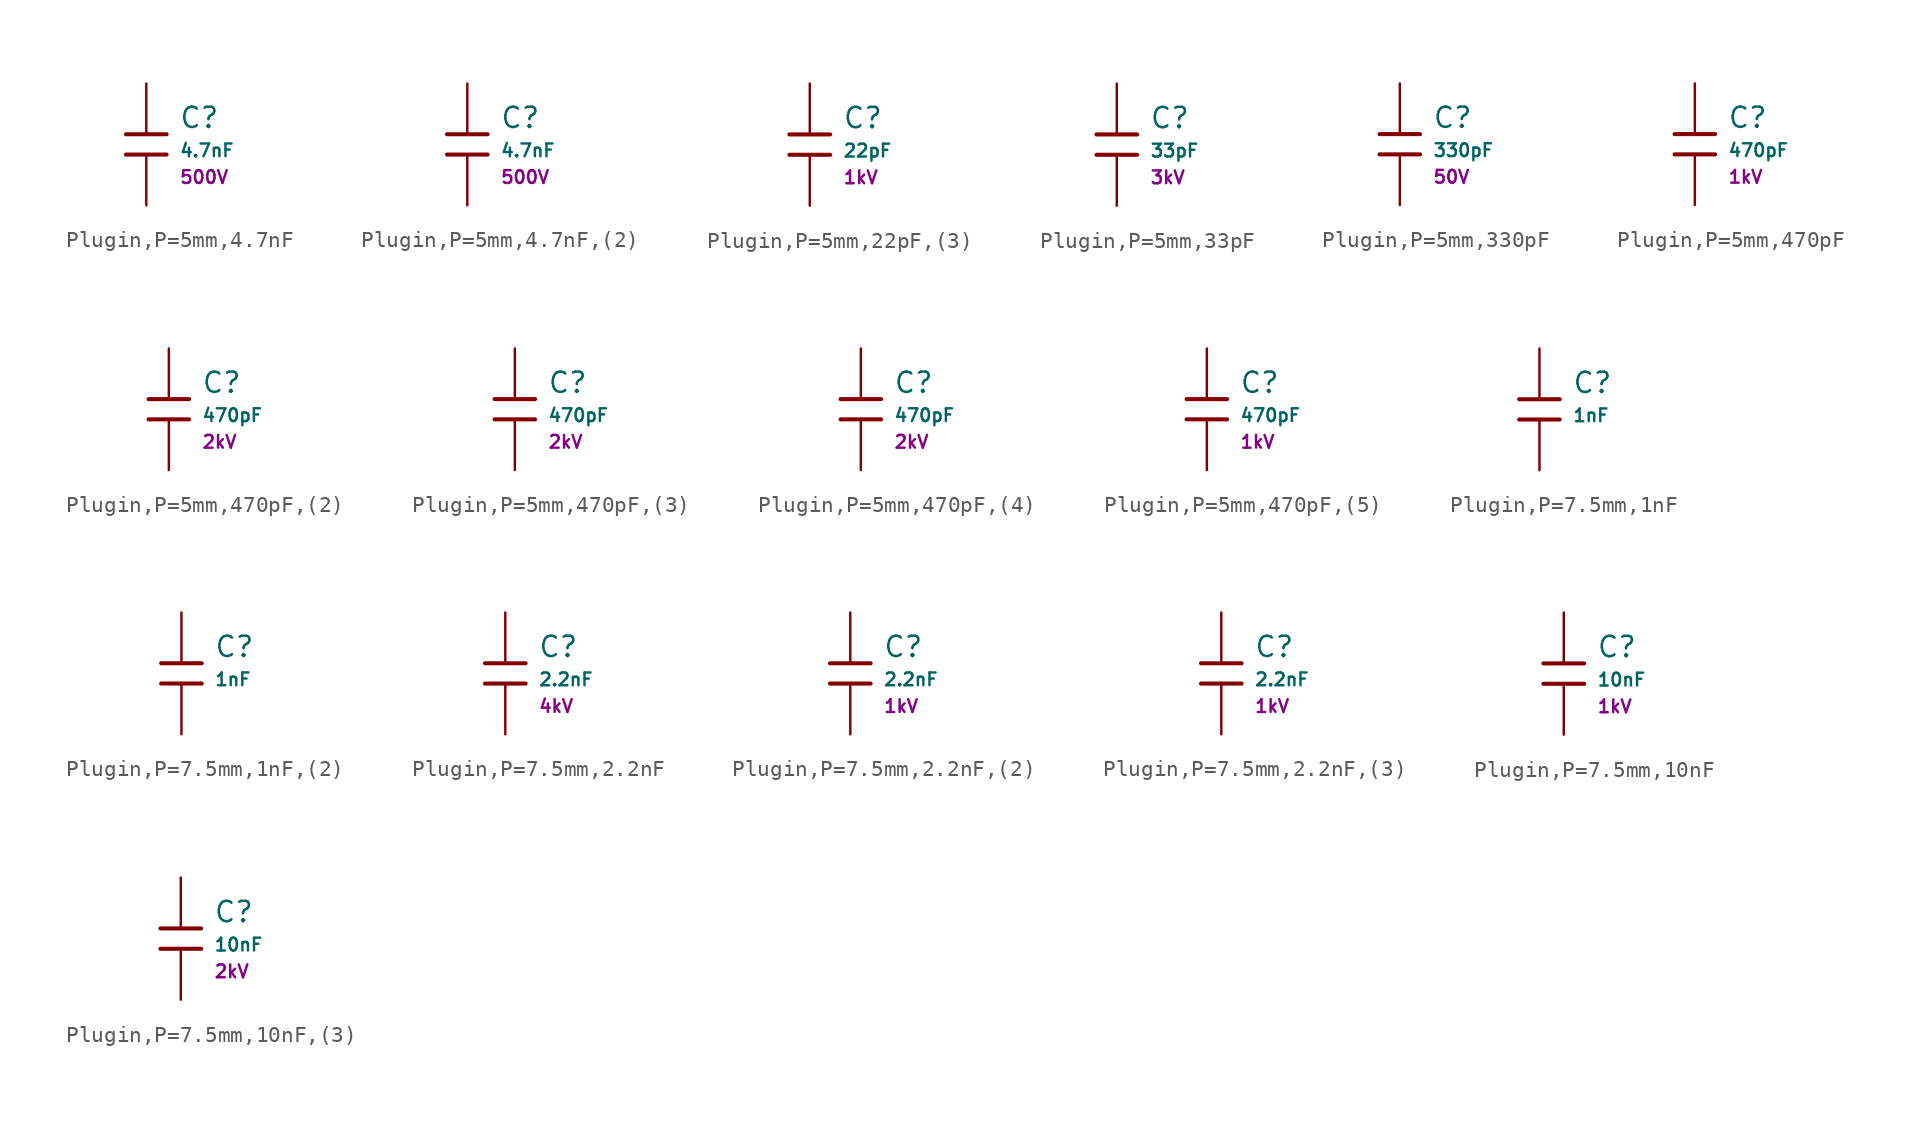
<source format=kicad_sym>
(kicad_symbol_lib
  (version 20231120)
  (generator "CDFER")
  (generator_version "8.0")
  (symbol "Plugin,P=5mm,4.7nF"
    (pin_numbers hide)
    (pin_names
      (offset 0))
    (property "Reference" "C"
      (at 2.032 1.668 0)
      (effects (font (size 1.27 1.27)) (justify left)))
    (property "Value" "4.7nF"
      (at 2.032 -0.378 0)
      (effects (font (size 0.8 0.8)) (justify left)))
    (property "Voltage Rated" "500V"
      (at 2.032 -2.046 0)
      (effects (font (size 0.8 0.8)) (justify left)))
    (symbol "Plugin,P=5mm,4.7nF_0_1"
      (polyline (pts (xy -1.27 0.635) (xy 1.27 0.635)) (stroke (width 0.254) (type default)) (fill (type none))))
    (symbol "Plugin,P=5mm,4.7nF_0_1"
      (polyline (pts (xy -1.27 -0.635) (xy 1.27 -0.635)) (stroke (width 0.254) (type default)) (fill (type none))))
    (symbol "Plugin,P=5mm,4.7nF_1_1"
      (pin passive line (at 0 3.81 270) (length 3.175) (name "~" (effects (font (size 1.27 1.27)))) (number "1" (effects (font (size 1.27 1.27)))))
      (pin passive line (at 0 -3.81 90) (length 3.175) (name "~" (effects (font (size 1.27 1.27)))) (number "2" (effects (font (size 1.27 1.27)))))))
  (symbol "Plugin,P=5mm,4.7nF,(2)"
    (pin_numbers hide)
    (pin_names
      (offset 0))
    (property "Reference" "C"
      (at 2.032 1.668 0)
      (effects (font (size 1.27 1.27)) (justify left)))
    (property "Value" "4.7nF"
      (at 2.032 -0.378 0)
      (effects (font (size 0.8 0.8)) (justify left)))
    (property "Voltage Rated" "500V"
      (at 2.032 -2.046 0)
      (effects (font (size 0.8 0.8)) (justify left)))
    (symbol "Plugin,P=5mm,4.7nF,(2)_0_1"
      (polyline (pts (xy -1.27 0.635) (xy 1.27 0.635)) (stroke (width 0.254) (type default)) (fill (type none))))
    (symbol "Plugin,P=5mm,4.7nF,(2)_0_1"
      (polyline (pts (xy -1.27 -0.635) (xy 1.27 -0.635)) (stroke (width 0.254) (type default)) (fill (type none))))
    (symbol "Plugin,P=5mm,4.7nF,(2)_1_1"
      (pin passive line (at 0 3.81 270) (length 3.175) (name "~" (effects (font (size 1.27 1.27)))) (number "1" (effects (font (size 1.27 1.27)))))
      (pin passive line (at 0 -3.81 90) (length 3.175) (name "~" (effects (font (size 1.27 1.27)))) (number "2" (effects (font (size 1.27 1.27)))))))
  (symbol "Plugin,P=5mm,22pF,(3)"
    (pin_numbers hide)
    (pin_names
      (offset 0))
    (property "Reference" "C"
      (at 2.032 1.668 0)
      (effects (font (size 1.27 1.27)) (justify left)))
    (property "Value" "22pF"
      (at 2.032 -0.378 0)
      (effects (font (size 0.8 0.8)) (justify left)))
    (property "Voltage Rated" "1kV"
      (at 2.032 -2.046 0)
      (effects (font (size 0.8 0.8)) (justify left)))
    (symbol "Plugin,P=5mm,22pF,(3)_0_1"
      (polyline (pts (xy -1.27 0.635) (xy 1.27 0.635)) (stroke (width 0.254) (type default)) (fill (type none))))
    (symbol "Plugin,P=5mm,22pF,(3)_0_1"
      (polyline (pts (xy -1.27 -0.635) (xy 1.27 -0.635)) (stroke (width 0.254) (type default)) (fill (type none))))
    (symbol "Plugin,P=5mm,22pF,(3)_1_1"
      (pin passive line (at 0 3.81 270) (length 3.175) (name "~" (effects (font (size 1.27 1.27)))) (number "1" (effects (font (size 1.27 1.27)))))
      (pin passive line (at 0 -3.81 90) (length 3.175) (name "~" (effects (font (size 1.27 1.27)))) (number "2" (effects (font (size 1.27 1.27)))))))
  (symbol "Plugin,P=5mm,33pF"
    (pin_numbers hide)
    (pin_names
      (offset 0))
    (property "Reference" "C"
      (at 2.032 1.668 0)
      (effects (font (size 1.27 1.27)) (justify left)))
    (property "Value" "33pF"
      (at 2.032 -0.378 0)
      (effects (font (size 0.8 0.8)) (justify left)))
    (property "Voltage Rated" "3kV"
      (at 2.032 -2.046 0)
      (effects (font (size 0.8 0.8)) (justify left)))
    (symbol "Plugin,P=5mm,33pF_0_1"
      (polyline (pts (xy -1.27 0.635) (xy 1.27 0.635)) (stroke (width 0.254) (type default)) (fill (type none))))
    (symbol "Plugin,P=5mm,33pF_0_1"
      (polyline (pts (xy -1.27 -0.635) (xy 1.27 -0.635)) (stroke (width 0.254) (type default)) (fill (type none))))
    (symbol "Plugin,P=5mm,33pF_1_1"
      (pin passive line (at 0 3.81 270) (length 3.175) (name "~" (effects (font (size 1.27 1.27)))) (number "1" (effects (font (size 1.27 1.27)))))
      (pin passive line (at 0 -3.81 90) (length 3.175) (name "~" (effects (font (size 1.27 1.27)))) (number "2" (effects (font (size 1.27 1.27)))))))
  (symbol "Plugin,P=5mm,330pF"
    (pin_numbers hide)
    (pin_names
      (offset 0))
    (property "Reference" "C"
      (at 2.032 1.668 0)
      (effects (font (size 1.27 1.27)) (justify left)))
    (property "Value" "330pF"
      (at 2.032 -0.378 0)
      (effects (font (size 0.8 0.8)) (justify left)))
    (property "Voltage Rated" "50V"
      (at 2.032 -2.046 0)
      (effects (font (size 0.8 0.8)) (justify left)))
    (symbol "Plugin,P=5mm,330pF_0_1"
      (polyline (pts (xy -1.27 0.635) (xy 1.27 0.635)) (stroke (width 0.254) (type default)) (fill (type none))))
    (symbol "Plugin,P=5mm,330pF_0_1"
      (polyline (pts (xy -1.27 -0.635) (xy 1.27 -0.635)) (stroke (width 0.254) (type default)) (fill (type none))))
    (symbol "Plugin,P=5mm,330pF_1_1"
      (pin passive line (at 0 3.81 270) (length 3.175) (name "~" (effects (font (size 1.27 1.27)))) (number "1" (effects (font (size 1.27 1.27)))))
      (pin passive line (at 0 -3.81 90) (length 3.175) (name "~" (effects (font (size 1.27 1.27)))) (number "2" (effects (font (size 1.27 1.27)))))))
  (symbol "Plugin,P=5mm,470pF"
    (pin_numbers hide)
    (pin_names
      (offset 0))
    (property "Reference" "C"
      (at 2.032 1.668 0)
      (effects (font (size 1.27 1.27)) (justify left)))
    (property "Value" "470pF"
      (at 2.032 -0.378 0)
      (effects (font (size 0.8 0.8)) (justify left)))
    (property "Voltage Rated" "1kV"
      (at 2.032 -2.046 0)
      (effects (font (size 0.8 0.8)) (justify left)))
    (symbol "Plugin,P=5mm,470pF_0_1"
      (polyline (pts (xy -1.27 0.635) (xy 1.27 0.635)) (stroke (width 0.254) (type default)) (fill (type none))))
    (symbol "Plugin,P=5mm,470pF_0_1"
      (polyline (pts (xy -1.27 -0.635) (xy 1.27 -0.635)) (stroke (width 0.254) (type default)) (fill (type none))))
    (symbol "Plugin,P=5mm,470pF_1_1"
      (pin passive line (at 0 3.81 270) (length 3.175) (name "~" (effects (font (size 1.27 1.27)))) (number "1" (effects (font (size 1.27 1.27)))))
      (pin passive line (at 0 -3.81 90) (length 3.175) (name "~" (effects (font (size 1.27 1.27)))) (number "2" (effects (font (size 1.27 1.27)))))))
  (symbol "Plugin,P=5mm,470pF,(2)"
    (pin_numbers hide)
    (pin_names
      (offset 0))
    (property "Reference" "C"
      (at 2.032 1.668 0)
      (effects (font (size 1.27 1.27)) (justify left)))
    (property "Value" "470pF"
      (at 2.032 -0.378 0)
      (effects (font (size 0.8 0.8)) (justify left)))
    (property "Voltage Rated" "2kV"
      (at 2.032 -2.046 0)
      (effects (font (size 0.8 0.8)) (justify left)))
    (symbol "Plugin,P=5mm,470pF,(2)_0_1"
      (polyline (pts (xy -1.27 0.635) (xy 1.27 0.635)) (stroke (width 0.254) (type default)) (fill (type none))))
    (symbol "Plugin,P=5mm,470pF,(2)_0_1"
      (polyline (pts (xy -1.27 -0.635) (xy 1.27 -0.635)) (stroke (width 0.254) (type default)) (fill (type none))))
    (symbol "Plugin,P=5mm,470pF,(2)_1_1"
      (pin passive line (at 0 3.81 270) (length 3.175) (name "~" (effects (font (size 1.27 1.27)))) (number "1" (effects (font (size 1.27 1.27)))))
      (pin passive line (at 0 -3.81 90) (length 3.175) (name "~" (effects (font (size 1.27 1.27)))) (number "2" (effects (font (size 1.27 1.27)))))))
  (symbol "Plugin,P=5mm,470pF,(3)"
    (pin_numbers hide)
    (pin_names
      (offset 0))
    (property "Reference" "C"
      (at 2.032 1.668 0)
      (effects (font (size 1.27 1.27)) (justify left)))
    (property "Value" "470pF"
      (at 2.032 -0.378 0)
      (effects (font (size 0.8 0.8)) (justify left)))
    (property "Voltage Rated" "2kV"
      (at 2.032 -2.046 0)
      (effects (font (size 0.8 0.8)) (justify left)))
    (symbol "Plugin,P=5mm,470pF,(3)_0_1"
      (polyline (pts (xy -1.27 0.635) (xy 1.27 0.635)) (stroke (width 0.254) (type default)) (fill (type none))))
    (symbol "Plugin,P=5mm,470pF,(3)_0_1"
      (polyline (pts (xy -1.27 -0.635) (xy 1.27 -0.635)) (stroke (width 0.254) (type default)) (fill (type none))))
    (symbol "Plugin,P=5mm,470pF,(3)_1_1"
      (pin passive line (at 0 3.81 270) (length 3.175) (name "~" (effects (font (size 1.27 1.27)))) (number "1" (effects (font (size 1.27 1.27)))))
      (pin passive line (at 0 -3.81 90) (length 3.175) (name "~" (effects (font (size 1.27 1.27)))) (number "2" (effects (font (size 1.27 1.27)))))))
  (symbol "Plugin,P=5mm,470pF,(4)"
    (pin_numbers hide)
    (pin_names
      (offset 0))
    (property "Reference" "C"
      (at 2.032 1.668 0)
      (effects (font (size 1.27 1.27)) (justify left)))
    (property "Value" "470pF"
      (at 2.032 -0.378 0)
      (effects (font (size 0.8 0.8)) (justify left)))
    (property "Voltage Rated" "2kV"
      (at 2.032 -2.046 0)
      (effects (font (size 0.8 0.8)) (justify left)))
    (symbol "Plugin,P=5mm,470pF,(4)_0_1"
      (polyline (pts (xy -1.27 0.635) (xy 1.27 0.635)) (stroke (width 0.254) (type default)) (fill (type none))))
    (symbol "Plugin,P=5mm,470pF,(4)_0_1"
      (polyline (pts (xy -1.27 -0.635) (xy 1.27 -0.635)) (stroke (width 0.254) (type default)) (fill (type none))))
    (symbol "Plugin,P=5mm,470pF,(4)_1_1"
      (pin passive line (at 0 3.81 270) (length 3.175) (name "~" (effects (font (size 1.27 1.27)))) (number "1" (effects (font (size 1.27 1.27)))))
      (pin passive line (at 0 -3.81 90) (length 3.175) (name "~" (effects (font (size 1.27 1.27)))) (number "2" (effects (font (size 1.27 1.27)))))))
  (symbol "Plugin,P=5mm,470pF,(5)"
    (pin_numbers hide)
    (pin_names
      (offset 0))
    (property "Reference" "C"
      (at 2.032 1.668 0)
      (effects (font (size 1.27 1.27)) (justify left)))
    (property "Value" "470pF"
      (at 2.032 -0.378 0)
      (effects (font (size 0.8 0.8)) (justify left)))
    (property "Voltage Rated" "1kV"
      (at 2.032 -2.046 0)
      (effects (font (size 0.8 0.8)) (justify left)))
    (symbol "Plugin,P=5mm,470pF,(5)_0_1"
      (polyline (pts (xy -1.27 0.635) (xy 1.27 0.635)) (stroke (width 0.254) (type default)) (fill (type none))))
    (symbol "Plugin,P=5mm,470pF,(5)_0_1"
      (polyline (pts (xy -1.27 -0.635) (xy 1.27 -0.635)) (stroke (width 0.254) (type default)) (fill (type none))))
    (symbol "Plugin,P=5mm,470pF,(5)_1_1"
      (pin passive line (at 0 3.81 270) (length 3.175) (name "~" (effects (font (size 1.27 1.27)))) (number "1" (effects (font (size 1.27 1.27)))))
      (pin passive line (at 0 -3.81 90) (length 3.175) (name "~" (effects (font (size 1.27 1.27)))) (number "2" (effects (font (size 1.27 1.27)))))))
  (symbol "Plugin,P=7.5mm,1nF"
    (pin_numbers hide)
    (pin_names
      (offset 0))
    (property "Reference" "C"
      (at 2.032 1.668 0)
      (effects (font (size 1.27 1.27)) (justify left)))
    (property "Value" "1nF"
      (at 2.032 -0.378 0)
      (effects (font (size 0.8 0.8)) (justify left)))
    (symbol "Plugin,P=7.5mm,1nF_0_1"
      (polyline (pts (xy -1.27 0.635) (xy 1.27 0.635)) (stroke (width 0.254) (type default)) (fill (type none))))
    (symbol "Plugin,P=7.5mm,1nF_0_1"
      (polyline (pts (xy -1.27 -0.635) (xy 1.27 -0.635)) (stroke (width 0.254) (type default)) (fill (type none))))
    (symbol "Plugin,P=7.5mm,1nF_1_1"
      (pin passive line (at 0 3.81 270) (length 3.175) (name "~" (effects (font (size 1.27 1.27)))) (number "1" (effects (font (size 1.27 1.27)))))
      (pin passive line (at 0 -3.81 90) (length 3.175) (name "~" (effects (font (size 1.27 1.27)))) (number "2" (effects (font (size 1.27 1.27)))))))
  (symbol "Plugin,P=7.5mm,1nF,(2)"
    (pin_numbers hide)
    (pin_names
      (offset 0))
    (property "Reference" "C"
      (at 2.032 1.668 0)
      (effects (font (size 1.27 1.27)) (justify left)))
    (property "Value" "1nF"
      (at 2.032 -0.378 0)
      (effects (font (size 0.8 0.8)) (justify left)))
    (symbol "Plugin,P=7.5mm,1nF,(2)_0_1"
      (polyline (pts (xy -1.27 0.635) (xy 1.27 0.635)) (stroke (width 0.254) (type default)) (fill (type none))))
    (symbol "Plugin,P=7.5mm,1nF,(2)_0_1"
      (polyline (pts (xy -1.27 -0.635) (xy 1.27 -0.635)) (stroke (width 0.254) (type default)) (fill (type none))))
    (symbol "Plugin,P=7.5mm,1nF,(2)_1_1"
      (pin passive line (at 0 3.81 270) (length 3.175) (name "~" (effects (font (size 1.27 1.27)))) (number "1" (effects (font (size 1.27 1.27)))))
      (pin passive line (at 0 -3.81 90) (length 3.175) (name "~" (effects (font (size 1.27 1.27)))) (number "2" (effects (font (size 1.27 1.27)))))))
  (symbol "Plugin,P=7.5mm,2.2nF"
    (pin_numbers hide)
    (pin_names
      (offset 0))
    (property "Reference" "C"
      (at 2.032 1.668 0)
      (effects (font (size 1.27 1.27)) (justify left)))
    (property "Value" "2.2nF"
      (at 2.032 -0.378 0)
      (effects (font (size 0.8 0.8)) (justify left)))
    (property "Voltage Rated" "4kV"
      (at 2.032 -2.046 0)
      (effects (font (size 0.8 0.8)) (justify left)))
    (symbol "Plugin,P=7.5mm,2.2nF_0_1"
      (polyline (pts (xy -1.27 0.635) (xy 1.27 0.635)) (stroke (width 0.254) (type default)) (fill (type none))))
    (symbol "Plugin,P=7.5mm,2.2nF_0_1"
      (polyline (pts (xy -1.27 -0.635) (xy 1.27 -0.635)) (stroke (width 0.254) (type default)) (fill (type none))))
    (symbol "Plugin,P=7.5mm,2.2nF_1_1"
      (pin passive line (at 0 3.81 270) (length 3.175) (name "~" (effects (font (size 1.27 1.27)))) (number "1" (effects (font (size 1.27 1.27)))))
      (pin passive line (at 0 -3.81 90) (length 3.175) (name "~" (effects (font (size 1.27 1.27)))) (number "2" (effects (font (size 1.27 1.27)))))))
  (symbol "Plugin,P=7.5mm,2.2nF,(2)"
    (pin_numbers hide)
    (pin_names
      (offset 0))
    (property "Reference" "C"
      (at 2.032 1.668 0)
      (effects (font (size 1.27 1.27)) (justify left)))
    (property "Value" "2.2nF"
      (at 2.032 -0.378 0)
      (effects (font (size 0.8 0.8)) (justify left)))
    (property "Voltage Rated" "1kV"
      (at 2.032 -2.046 0)
      (effects (font (size 0.8 0.8)) (justify left)))
    (symbol "Plugin,P=7.5mm,2.2nF,(2)_0_1"
      (polyline (pts (xy -1.27 0.635) (xy 1.27 0.635)) (stroke (width 0.254) (type default)) (fill (type none))))
    (symbol "Plugin,P=7.5mm,2.2nF,(2)_0_1"
      (polyline (pts (xy -1.27 -0.635) (xy 1.27 -0.635)) (stroke (width 0.254) (type default)) (fill (type none))))
    (symbol "Plugin,P=7.5mm,2.2nF,(2)_1_1"
      (pin passive line (at 0 3.81 270) (length 3.175) (name "~" (effects (font (size 1.27 1.27)))) (number "1" (effects (font (size 1.27 1.27)))))
      (pin passive line (at 0 -3.81 90) (length 3.175) (name "~" (effects (font (size 1.27 1.27)))) (number "2" (effects (font (size 1.27 1.27)))))))
  (symbol "Plugin,P=7.5mm,2.2nF,(3)"
    (pin_numbers hide)
    (pin_names
      (offset 0))
    (property "Reference" "C"
      (at 2.032 1.668 0)
      (effects (font (size 1.27 1.27)) (justify left)))
    (property "Value" "2.2nF"
      (at 2.032 -0.378 0)
      (effects (font (size 0.8 0.8)) (justify left)))
    (property "Voltage Rated" "1kV"
      (at 2.032 -2.046 0)
      (effects (font (size 0.8 0.8)) (justify left)))
    (symbol "Plugin,P=7.5mm,2.2nF,(3)_0_1"
      (polyline (pts (xy -1.27 0.635) (xy 1.27 0.635)) (stroke (width 0.254) (type default)) (fill (type none))))
    (symbol "Plugin,P=7.5mm,2.2nF,(3)_0_1"
      (polyline (pts (xy -1.27 -0.635) (xy 1.27 -0.635)) (stroke (width 0.254) (type default)) (fill (type none))))
    (symbol "Plugin,P=7.5mm,2.2nF,(3)_1_1"
      (pin passive line (at 0 3.81 270) (length 3.175) (name "~" (effects (font (size 1.27 1.27)))) (number "1" (effects (font (size 1.27 1.27)))))
      (pin passive line (at 0 -3.81 90) (length 3.175) (name "~" (effects (font (size 1.27 1.27)))) (number "2" (effects (font (size 1.27 1.27)))))))
  (symbol "Plugin,P=7.5mm,10nF"
    (pin_numbers hide)
    (pin_names
      (offset 0))
    (property "Reference" "C"
      (at 2.032 1.668 0)
      (effects (font (size 1.27 1.27)) (justify left)))
    (property "Value" "10nF"
      (at 2.032 -0.378 0)
      (effects (font (size 0.8 0.8)) (justify left)))
    (property "Voltage Rated" "1kV"
      (at 2.032 -2.046 0)
      (effects (font (size 0.8 0.8)) (justify left)))
    (symbol "Plugin,P=7.5mm,10nF_0_1"
      (polyline (pts (xy -1.27 0.635) (xy 1.27 0.635)) (stroke (width 0.254) (type default)) (fill (type none))))
    (symbol "Plugin,P=7.5mm,10nF_0_1"
      (polyline (pts (xy -1.27 -0.635) (xy 1.27 -0.635)) (stroke (width 0.254) (type default)) (fill (type none))))
    (symbol "Plugin,P=7.5mm,10nF_1_1"
      (pin passive line (at 0 3.81 270) (length 3.175) (name "~" (effects (font (size 1.27 1.27)))) (number "1" (effects (font (size 1.27 1.27)))))
      (pin passive line (at 0 -3.81 90) (length 3.175) (name "~" (effects (font (size 1.27 1.27)))) (number "2" (effects (font (size 1.27 1.27)))))))
  (symbol "Plugin,P=7.5mm,10nF,(3)"
    (pin_numbers hide)
    (pin_names
      (offset 0))
    (property "Reference" "C"
      (at 2.032 1.668 0)
      (effects (font (size 1.27 1.27)) (justify left)))
    (property "Value" "10nF"
      (at 2.032 -0.378 0)
      (effects (font (size 0.8 0.8)) (justify left)))
    (property "Voltage Rated" "2kV"
      (at 2.032 -2.046 0)
      (effects (font (size 0.8 0.8)) (justify left)))
    (symbol "Plugin,P=7.5mm,10nF,(3)_0_1"
      (polyline (pts (xy -1.27 0.635) (xy 1.27 0.635)) (stroke (width 0.254) (type default)) (fill (type none))))
    (symbol "Plugin,P=7.5mm,10nF,(3)_0_1"
      (polyline (pts (xy -1.27 -0.635) (xy 1.27 -0.635)) (stroke (width 0.254) (type default)) (fill (type none))))
    (symbol "Plugin,P=7.5mm,10nF,(3)_1_1"
      (pin passive line (at 0 3.81 270) (length 3.175) (name "~" (effects (font (size 1.27 1.27)))) (number "1" (effects (font (size 1.27 1.27)))))
      (pin passive line (at 0 -3.81 90) (length 3.175) (name "~" (effects (font (size 1.27 1.27)))) (number "2" (effects (font (size 1.27 1.27))))))))
</source>
